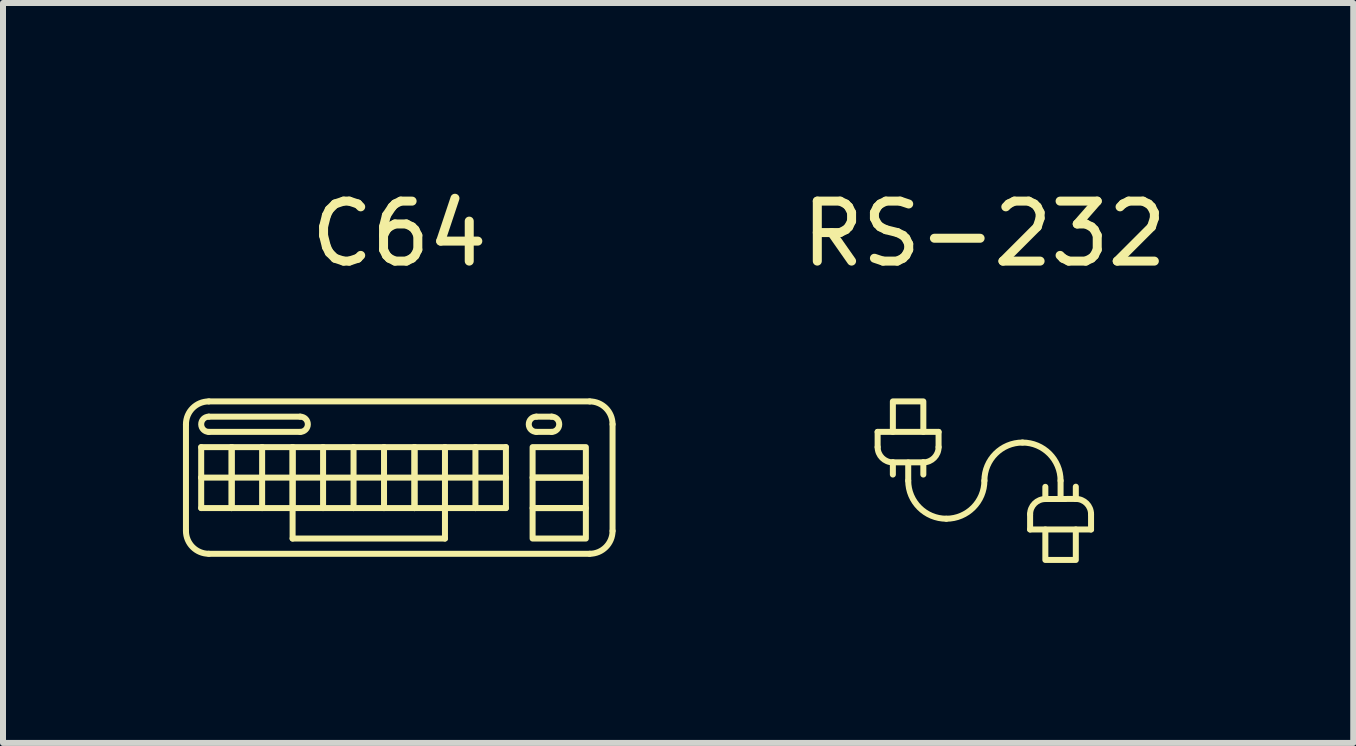
<source format=kicad_pcb>
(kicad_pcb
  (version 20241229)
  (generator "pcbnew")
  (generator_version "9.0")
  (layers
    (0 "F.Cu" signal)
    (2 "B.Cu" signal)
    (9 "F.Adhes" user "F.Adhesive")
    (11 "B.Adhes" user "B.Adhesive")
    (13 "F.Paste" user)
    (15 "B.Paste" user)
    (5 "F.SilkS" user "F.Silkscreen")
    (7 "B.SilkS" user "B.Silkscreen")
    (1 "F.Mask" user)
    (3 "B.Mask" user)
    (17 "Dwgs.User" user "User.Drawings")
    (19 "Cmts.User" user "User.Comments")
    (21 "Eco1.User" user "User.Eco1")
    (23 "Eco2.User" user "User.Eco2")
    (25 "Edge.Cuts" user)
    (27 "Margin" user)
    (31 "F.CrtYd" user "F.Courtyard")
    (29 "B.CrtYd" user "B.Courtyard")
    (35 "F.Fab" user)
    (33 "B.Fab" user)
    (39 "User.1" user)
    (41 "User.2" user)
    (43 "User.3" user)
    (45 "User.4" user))
  (footprint "C64"
    (layer "F.Cu")
    (at 3.606 4.912)
    (property "Reference" "C64" (at 0 -4.064 0) (layer "F.SilkS") (effects (font (size 1 1) (thickness 0.15))))
    (attr board_only exclude_from_pos_files exclude_from_bom allow_missing_courtyard)
    (fp_line (start -3.556 0.889) (end -3.556 -0.889) (stroke (width 0.1) (type default)) (layer "F.SilkS"))
    (fp_line (start -3.302 0) (end -3.302 -0.508) (stroke (width 0.1) (type default)) (layer "F.SilkS"))
    (fp_line (start -3.175 -1.27) (end 3.175 -1.27) (stroke (width 0.1) (type default)) (layer "F.SilkS"))
    (fp_line (start -2.794 -0.508) (end -2.794 0) (stroke (width 0.1) (type default)) (layer "F.SilkS"))
    (fp_line (start -2.794 0) (end -2.794 -0.508) (stroke (width 0.1) (type default)) (layer "F.SilkS"))
    (fp_line (start -2.794 0.508) (end -2.794 0) (stroke (width 0.1) (type default)) (layer "F.SilkS"))
    (fp_line (start -2.286 -0.508) (end -2.286 0) (stroke (width 0.1) (type default)) (layer "F.SilkS"))
    (fp_line (start -2.286 0) (end -1.778 0) (stroke (width 0.1) (type default)) (layer "F.SilkS"))
    (fp_line (start -2.286 0.508) (end -2.286 0) (stroke (width 0.1) (type default)) (layer "F.SilkS"))
    (fp_line (start -1.778 -0.508) (end -1.778 0) (stroke (width 0.1) (type default)) (layer "F.SilkS"))
    (fp_line (start -1.778 0) (end -1.778 -0.508) (stroke (width 0.1) (type default)) (layer "F.SilkS"))
    (fp_line (start -1.778 0.508) (end -2.286 0.508) (stroke (width 0.1) (type default)) (layer "F.SilkS"))
    (fp_line (start -1.778 0.508) (end -1.778 0) (stroke (width 0.1) (type default)) (layer "F.SilkS"))
    (fp_line (start -1.778 1.016) (end 0.762 1.016) (stroke (width 0.1) (type default)) (layer "F.SilkS"))
    (fp_line (start -1.651 -1.016) (end -3.175 -1.016) (stroke (width 0.1) (type default)) (layer "F.SilkS"))
    (fp_line (start -1.651 -0.762) (end -3.175 -0.762) (stroke (width 0.1) (type default)) (layer "F.SilkS"))
    (fp_line (start -1.27 -0.508) (end -1.27 0) (stroke (width 0.1) (type default)) (layer "F.SilkS"))
    (fp_line (start -1.27 0) (end -0.762 0) (stroke (width 0.1) (type default)) (layer "F.SilkS"))
    (fp_line (start -1.27 0.508) (end -1.27 0) (stroke (width 0.1) (type default)) (layer "F.SilkS"))
    (fp_line (start -0.762 -0.508) (end -0.762 0) (stroke (width 0.1) (type default)) (layer "F.SilkS"))
    (fp_line (start -0.762 0) (end -0.254 0) (stroke (width 0.1) (type default)) (layer "F.SilkS"))
    (fp_line (start -0.762 0.508) (end -1.27 0.508) (stroke (width 0.1) (type default)) (layer "F.SilkS"))
    (fp_line (start -0.762 0.508) (end -0.762 0) (stroke (width 0.1) (type default)) (layer "F.SilkS"))
    (fp_line (start -0.254 -0.508) (end -0.254 0) (stroke (width 0.1) (type default)) (layer "F.SilkS"))
    (fp_line (start -0.254 0) (end -0.254 0.508) (stroke (width 0.1) (type default)) (layer "F.SilkS"))
    (fp_line (start -0.254 0.508) (end -0.762 0.508) (stroke (width 0.1) (type default)) (layer "F.SilkS"))
    (fp_line (start 0.254 -0.508) (end 0.254 0) (stroke (width 0.1) (type default)) (layer "F.SilkS"))
    (fp_line (start 0.254 0) (end 0.254 -0.508) (stroke (width 0.1) (type default)) (layer "F.SilkS"))
    (fp_line (start 0.762 -0.508) (end 0.762 0) (stroke (width 0.1) (type default)) (layer "F.SilkS"))
    (fp_line (start 0.762 0) (end 1.27 0) (stroke (width 0.1) (type default)) (layer "F.SilkS"))
    (fp_line (start 0.762 0.508) (end 0.762 0) (stroke (width 0.1) (type default)) (layer "F.SilkS"))
    (fp_line (start 1.27 -0.508) (end 1.27 0) (stroke (width 0.1) (type default)) (layer "F.SilkS"))
    (fp_line (start 1.27 0) (end 1.778 0) (stroke (width 0.1) (type default)) (layer "F.SilkS"))
    (fp_line (start 1.27 0.508) (end 0.762 0.508) (stroke (width 0.1) (type default)) (layer "F.SilkS"))
    (fp_line (start 1.27 0.508) (end 1.27 0) (stroke (width 0.1) (type default)) (layer "F.SilkS"))
    (fp_line (start 1.778 -0.508) (end 1.778 0) (stroke (width 0.1) (type default)) (layer "F.SilkS"))
    (fp_line (start 1.778 0.508) (end 1.27 0.508) (stroke (width 0.1) (type default)) (layer "F.SilkS"))
    (fp_line (start 1.778 0.508) (end 1.778 0) (stroke (width 0.1) (type default)) (layer "F.SilkS"))
    (fp_line (start 2.54 -1.016) (end 2.286 -1.016) (stroke (width 0.1) (type default)) (layer "F.SilkS"))
    (fp_line (start 2.54 -0.762) (end 2.286 -0.762) (stroke (width 0.1) (type default)) (layer "F.SilkS"))
    (fp_line (start 3.175 1.27) (end -3.175 1.27) (stroke (width 0.1) (type default)) (layer "F.SilkS"))
    (fp_line (start 3.556 -0.889) (end 3.556 0.889) (stroke (width 0.1) (type default)) (layer "F.SilkS"))
    (fp_rect (start -3.302 -0.508) (end -2.794 -0.508) (stroke (width 0.1) (type default)) (fill no) (layer "F.SilkS"))
    (fp_rect (start -3.302 0) (end -3.302 0.508) (stroke (width 0.1) (type default)) (fill no) (layer "F.SilkS"))
    (fp_rect (start -3.302 0) (end -2.794 0) (stroke (width 0.1) (type default)) (fill no) (layer "F.SilkS"))
    (fp_rect (start -3.302 0.508) (end -2.794 0.508) (stroke (width 0.1) (type default)) (fill no) (layer "F.SilkS"))
    (fp_rect (start -2.794 -0.508) (end -2.286 -0.508) (stroke (width 0.1) (type default)) (fill no) (layer "F.SilkS"))
    (fp_rect (start -2.794 0) (end -2.794 0.508) (stroke (width 0.1) (type default)) (fill no) (layer "F.SilkS"))
    (fp_rect (start -2.794 0) (end -2.286 0) (stroke (width 0.1) (type default)) (fill no) (layer "F.SilkS"))
    (fp_rect (start -2.794 0.508) (end -2.286 0.508) (stroke (width 0.1) (type default)) (fill no) (layer "F.SilkS"))
    (fp_rect (start -2.286 -0.508) (end -1.778 -0.508) (stroke (width 0.1) (type default)) (fill no) (layer "F.SilkS"))
    (fp_rect (start -1.778 -0.508) (end -1.27 -0.508) (stroke (width 0.1) (type default)) (fill no) (layer "F.SilkS"))
    (fp_rect (start -1.778 0) (end -1.778 0.508) (stroke (width 0.1) (type default)) (fill no) (layer "F.SilkS"))
    (fp_rect (start -1.778 0) (end -1.27 0) (stroke (width 0.1) (type default)) (fill no) (layer "F.SilkS"))
    (fp_rect (start -1.778 0.508) (end -1.778 1.016) (stroke (width 0.1) (type default)) (fill no) (layer "F.SilkS"))
    (fp_rect (start -1.778 0.508) (end -1.27 0.508) (stroke (width 0.1) (type default)) (fill no) (layer "F.SilkS"))
    (fp_rect (start -1.27 -0.508) (end -0.762 -0.508) (stroke (width 0.1) (type default)) (fill no) (layer "F.SilkS"))
    (fp_rect (start -0.762 -0.508) (end -0.254 -0.508) (stroke (width 0.1) (type default)) (fill no) (layer "F.SilkS"))
    (fp_rect (start -0.254 -0.508) (end 0.254 -0.508) (stroke (width 0.1) (type default)) (fill no) (layer "F.SilkS"))
    (fp_rect (start -0.254 0) (end 0.254 0) (stroke (width 0.1) (type default)) (fill no) (layer "F.SilkS"))
    (fp_rect (start -0.254 0.508) (end 0.254 0.508) (stroke (width 0.1) (type default)) (fill no) (layer "F.SilkS"))
    (fp_rect (start 0.254 -0.508) (end 0.762 -0.508) (stroke (width 0.1) (type default)) (fill no) (layer "F.SilkS"))
    (fp_rect (start 0.254 0) (end 0.254 0.508) (stroke (width 0.1) (type default)) (fill no) (layer "F.SilkS"))
    (fp_rect (start 0.254 0) (end 0.254 0.508) (stroke (width 0.1) (type default)) (fill no) (layer "F.SilkS"))
    (fp_rect (start 0.254 0) (end 0.762 0) (stroke (width 0.1) (type default)) (fill no) (layer "F.SilkS"))
    (fp_rect (start 0.254 0.508) (end 0.762 0.508) (stroke (width 0.1) (type default)) (fill no) (layer "F.SilkS"))
    (fp_rect (start 0.762 -0.508) (end 1.27 -0.508) (stroke (width 0.1) (type default)) (fill no) (layer "F.SilkS"))
    (fp_rect (start 0.762 0.508) (end 0.762 1.016) (stroke (width 0.1) (type default)) (fill no) (layer "F.SilkS"))
    (fp_rect (start 1.27 -0.508) (end 1.778 -0.508) (stroke (width 0.1) (type default)) (fill no) (layer "F.SilkS"))
    (fp_rect (start 2.223 -0.508) (end 3.111 0) (stroke (width 0.1) (type default)) (fill no) (layer "F.SilkS"))
    (fp_rect (start 2.223 0) (end 3.111 0.508) (stroke (width 0.1) (type default)) (fill no) (layer "F.SilkS"))
    (fp_rect (start 2.223 0.508) (end 3.111 1.016) (stroke (width 0.1) (type default)) (fill no) (layer "F.SilkS"))
    (fp_arc (start -3.556 -0.889) (mid -3.444408 -1.158408) (end -3.175 -1.27) (stroke (width 0.1) (type default)) (layer "F.SilkS"))
    (fp_arc (start -3.175 -0.762) (mid -3.302 -0.889) (end -3.175 -1.016) (stroke (width 0.1) (type default)) (layer "F.SilkS"))
    (fp_arc (start -3.175 1.27) (mid -3.444408 1.158408) (end -3.556 0.889) (stroke (width 0.1) (type default)) (layer "F.SilkS"))
    (fp_arc (start -1.651 -1.016) (mid -1.524 -0.889) (end -1.651 -0.762) (stroke (width 0.1) (type default)) (layer "F.SilkS"))
    (fp_arc (start 2.286 -0.762) (mid 2.159 -0.889) (end 2.286 -1.016) (stroke (width 0.1) (type default)) (layer "F.SilkS"))
    (fp_arc (start 2.54 -1.016) (mid 2.667 -0.889) (end 2.54 -0.762) (stroke (width 0.1) (type default)) (layer "F.SilkS"))
    (fp_arc (start 3.175 -1.27) (mid 3.444408 -1.158408) (end 3.556 -0.889) (stroke (width 0.1) (type default)) (layer "F.SilkS"))
    (fp_arc (start 3.556 0.889) (mid 3.444408 1.158408) (end 3.175 1.27) (stroke (width 0.1) (type default)) (layer "F.SilkS")))
  (footprint "RS-232"
    (layer "F.Cu")
    (at 13.361 4.912)
    (property "Reference" "RS-232" (at 0 -4.064 0) (layer "F.SilkS") (effects (font (size 1 1) (thickness 0.15))))
    (attr board_only exclude_from_pos_files exclude_from_bom allow_missing_courtyard)
    (fp_line (start -1.78 -0.762) (end -1.78 -0.508) (stroke (width 0.1) (type default)) (layer "F.SilkS"))
    (fp_line (start -1.526 -0.762) (end -1.78 -0.762) (stroke (width 0.1) (type default)) (layer "F.SilkS"))
    (fp_line (start -1.526 -0.254) (end -1.018 -0.254) (stroke (width 0.1) (type default)) (layer "F.SilkS"))
    (fp_line (start -1.526 -0.051) (end -1.526 -0.254) (stroke (width 0.1) (type default)) (layer "F.SilkS"))
    (fp_line (start -1.27 -0.252) (end -1.27 0.051) (stroke (width 0.1) (type default)) (layer "F.SilkS"))
    (fp_line (start -1.018 -0.051) (end -1.018 -0.254) (stroke (width 0.1) (type default)) (layer "F.SilkS"))
    (fp_line (start -0.764 -0.762) (end -1.018 -0.762) (stroke (width 0.1) (type default)) (layer "F.SilkS"))
    (fp_line (start -0.764 -0.508) (end -0.764 -0.762) (stroke (width 0.1) (type default)) (layer "F.SilkS"))
    (fp_line (start 0.762 0.611) (end 0.762 0.865) (stroke (width 0.1) (type default)) (layer "F.SilkS"))
    (fp_line (start 0.762 0.865) (end 1.016 0.865) (stroke (width 0.1) (type default)) (layer "F.SilkS"))
    (fp_line (start 1.016 0.154) (end 1.016 0.357) (stroke (width 0.1) (type default)) (layer "F.SilkS"))
    (fp_line (start 1.27 0.357) (end 1.27 0.051) (stroke (width 0.1) (type default)) (layer "F.SilkS"))
    (fp_line (start 1.524 0.152) (end 1.524 0.356) (stroke (width 0.1) (type default)) (layer "F.SilkS"))
    (fp_line (start 1.524 0.356) (end 1.016 0.357) (stroke (width 0.1) (type default)) (layer "F.SilkS"))
    (fp_line (start 1.524 0.865) (end 1.778 0.865) (stroke (width 0.1) (type default)) (layer "F.SilkS"))
    (fp_line (start 1.778 0.865) (end 1.778 0.61) (stroke (width 0.1) (type default)) (layer "F.SilkS"))
    (fp_rect (start -1.526 -1.27) (end -1.018 -0.762) (stroke (width 0.1) (type default)) (fill no) (layer "F.SilkS"))
    (fp_rect (start 1.016 0.865) (end 1.524 1.373) (stroke (width 0.1) (type default)) (fill no) (layer "F.SilkS"))
    (fp_arc (start -1.525805 -0.254) (mid -1.70541 -0.328395) (end -1.779805 -0.508) (stroke (width 0.1) (type default)) (layer "F.SilkS"))
    (fp_arc (start -0.763805 -0.508) (mid -0.8382 -0.328395) (end -1.017805 -0.254) (stroke (width 0.1) (type default)) (layer "F.SilkS"))
    (fp_arc (start -0.635 0.6858) (mid -1.084013 0.499813) (end -1.27 0.0508) (stroke (width 0.1) (type default)) (layer "F.SilkS"))
    (fp_arc (start 0 0.0508) (mid -0.185987 0.499813) (end -0.635 0.6858) (stroke (width 0.1) (type default)) (layer "F.SilkS"))
    (fp_arc (start 0 0.0508) (mid 0.185987 -0.398213) (end 0.635 -0.5842) (stroke (width 0.1) (type default)) (layer "F.SilkS"))
    (fp_arc (start 0.635 -0.5842) (mid 1.084013 -0.398213) (end 1.27 0.0508) (stroke (width 0.1) (type default)) (layer "F.SilkS"))
    (fp_arc (start 0.762 0.611405) (mid 0.836395 0.4318) (end 1.016 0.357405) (stroke (width 0.1) (type default)) (layer "F.SilkS"))
    (fp_arc (start 1.524 0.3556) (mid 1.703605 0.429995) (end 1.778 0.6096) (stroke (width 0.1) (type default)) (layer "F.SilkS")))
  (gr_rect
    (start -3 -3)
    (end 19.51 9.336)
    (stroke (width 0.1) (type default))
    (fill no)
    (layer "Edge.Cuts")))
</source>
